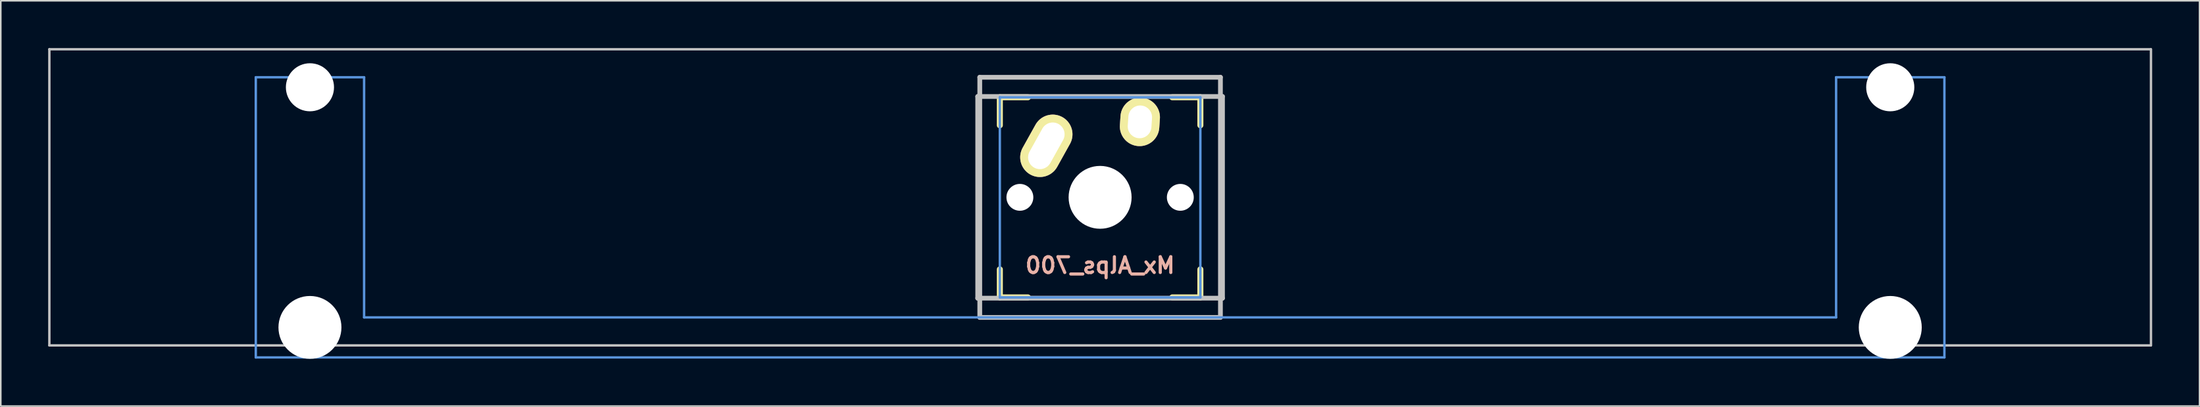
<source format=kicad_pcb>
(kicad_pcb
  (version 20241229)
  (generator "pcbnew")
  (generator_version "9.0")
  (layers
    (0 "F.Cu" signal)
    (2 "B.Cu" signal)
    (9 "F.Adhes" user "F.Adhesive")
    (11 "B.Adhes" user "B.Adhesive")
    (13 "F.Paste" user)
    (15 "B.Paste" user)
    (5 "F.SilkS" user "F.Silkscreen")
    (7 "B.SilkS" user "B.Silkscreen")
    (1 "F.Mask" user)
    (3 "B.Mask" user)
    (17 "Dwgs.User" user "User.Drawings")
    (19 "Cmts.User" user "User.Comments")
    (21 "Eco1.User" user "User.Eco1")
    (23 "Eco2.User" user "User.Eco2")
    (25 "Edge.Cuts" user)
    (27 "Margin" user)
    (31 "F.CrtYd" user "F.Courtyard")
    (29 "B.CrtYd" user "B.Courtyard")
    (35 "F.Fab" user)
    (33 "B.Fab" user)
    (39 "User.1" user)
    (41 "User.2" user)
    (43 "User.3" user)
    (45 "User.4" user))
  (footprint "Mx_Alps_700"
    (layer "F.Cu")
    (at 66.616 9.474)
    (property "Reference" "Mx_Alps_700" (at 0 4.318 0) (layer "B.SilkS") (effects (font (size 1 1) (thickness 0.2)) (justify mirror)))
    (attr through_hole)
    (fp_line (start -6.35 -6.35) (end -4.572 -6.35) (stroke (width 0.381) (type solid)) (layer "F.SilkS"))
    (fp_line (start -6.35 -4.572) (end -6.35 -6.35) (stroke (width 0.381) (type solid)) (layer "F.SilkS"))
    (fp_line (start -6.35 6.35) (end -6.35 4.572) (stroke (width 0.381) (type solid)) (layer "F.SilkS"))
    (fp_line (start -4.572 6.35) (end -6.35 6.35) (stroke (width 0.381) (type solid)) (layer "F.SilkS"))
    (fp_line (start 4.572 -6.35) (end 6.35 -6.35) (stroke (width 0.381) (type solid)) (layer "F.SilkS"))
    (fp_line (start 6.35 -6.35) (end 6.35 -4.572) (stroke (width 0.381) (type solid)) (layer "F.SilkS"))
    (fp_line (start 6.35 4.572) (end 6.35 6.35) (stroke (width 0.381) (type solid)) (layer "F.SilkS"))
    (fp_line (start 6.35 6.35) (end 4.572 6.35) (stroke (width 0.381) (type solid)) (layer "F.SilkS"))
    (fp_line (start -66.54 9.398) (end -66.54 -9.398) (stroke (width 0.152) (type solid)) (layer "Dwgs.User"))
    (fp_line (start -7.75 6.4) (end -7.75 -6.4) (stroke (width 0.3) (type solid)) (layer "Dwgs.User"))
    (fp_line (start -7.75 6.4) (end 7.75 6.4) (stroke (width 0.3) (type solid)) (layer "Dwgs.User"))
    (fp_line (start -7.62 -7.62) (end 7.62 -7.62) (stroke (width 0.3) (type solid)) (layer "Dwgs.User"))
    (fp_line (start -7.62 7.62) (end -7.62 -7.62) (stroke (width 0.3) (type solid)) (layer "Dwgs.User"))
    (fp_line (start 7.62 -7.62) (end 7.62 7.62) (stroke (width 0.3) (type solid)) (layer "Dwgs.User"))
    (fp_line (start 7.62 7.62) (end -7.62 7.62) (stroke (width 0.3) (type solid)) (layer "Dwgs.User"))
    (fp_line (start 7.75 -6.4) (end -7.75 -6.4) (stroke (width 0.3) (type solid)) (layer "Dwgs.User"))
    (fp_line (start 7.75 6.4) (end 7.75 -6.4) (stroke (width 0.3) (type solid)) (layer "Dwgs.User"))
    (fp_line (start 66.54 -9.398) (end -66.54 -9.398) (stroke (width 0.152) (type solid)) (layer "Dwgs.User"))
    (fp_line (start 66.54 9.398) (end -66.54 9.398) (stroke (width 0.152) (type solid)) (layer "Dwgs.User"))
    (fp_line (start 66.548 -9.398) (end 66.548 9.398) (stroke (width 0.152) (type solid)) (layer "Dwgs.User"))
    (fp_line (start -53.467 -7.62) (end -53.467 10.16) (stroke (width 0.152) (type solid)) (layer "Cmts.User"))
    (fp_line (start -53.467 10.16) (end 53.467 10.16) (stroke (width 0.152) (type solid)) (layer "Cmts.User"))
    (fp_line (start -46.609 -7.62) (end -53.467 -7.62) (stroke (width 0.152) (type solid)) (layer "Cmts.User"))
    (fp_line (start -46.609 7.62) (end -46.609 -7.62) (stroke (width 0.152) (type solid)) (layer "Cmts.User"))
    (fp_line (start -6.35 -6.35) (end 6.35 -6.35) (stroke (width 0.152) (type solid)) (layer "Cmts.User"))
    (fp_line (start -6.35 6.35) (end -6.35 -6.35) (stroke (width 0.152) (type solid)) (layer "Cmts.User"))
    (fp_line (start 6.35 -6.35) (end 6.35 6.35) (stroke (width 0.152) (type solid)) (layer "Cmts.User"))
    (fp_line (start 6.35 6.35) (end -6.35 6.35) (stroke (width 0.152) (type solid)) (layer "Cmts.User"))
    (fp_line (start 46.609 -7.62) (end 46.609 7.62) (stroke (width 0.152) (type solid)) (layer "Cmts.User"))
    (fp_line (start 46.609 7.62) (end -46.609 7.62) (stroke (width 0.152) (type solid)) (layer "Cmts.User"))
    (fp_line (start 53.467 -7.62) (end 46.609 -7.62) (stroke (width 0.152) (type solid)) (layer "Cmts.User"))
    (fp_line (start 53.467 10.16) (end 53.467 -7.62) (stroke (width 0.152) (type solid)) (layer "Cmts.User"))
    (fp_line (start -54.229 -2.286) (end -53.365 -2.286) (stroke (width 0.152) (type solid)) (layer "Eco2.User"))
    (fp_line (start -54.229 0.508) (end -54.229 -2.286) (stroke (width 0.152) (type solid)) (layer "Eco2.User"))
    (fp_line (start -53.365 -5.69) (end -46.711 -5.69) (stroke (width 0.152) (type solid)) (layer "Eco2.User"))
    (fp_line (start -53.365 -2.286) (end -53.365 -5.69) (stroke (width 0.152) (type solid)) (layer "Eco2.User"))
    (fp_line (start -53.365 0.508) (end -54.229 0.508) (stroke (width 0.152) (type solid)) (layer "Eco2.User"))
    (fp_line (start -53.365 6.604) (end -53.365 0.508) (stroke (width 0.152) (type solid)) (layer "Eco2.User"))
    (fp_line (start -52.324 6.604) (end -53.365 6.604) (stroke (width 0.152) (type solid)) (layer "Eco2.User"))
    (fp_line (start -52.324 7.772) (end -52.324 6.604) (stroke (width 0.152) (type solid)) (layer "Eco2.User"))
    (fp_line (start -47.752 6.604) (end -47.752 7.772) (stroke (width 0.152) (type solid)) (layer "Eco2.User"))
    (fp_line (start -47.752 7.772) (end -52.324 7.772) (stroke (width 0.152) (type solid)) (layer "Eco2.User"))
    (fp_line (start -46.711 -5.69) (end -46.711 -2.286) (stroke (width 0.152) (type solid)) (layer "Eco2.User"))
    (fp_line (start -46.711 -2.286) (end -6.985 -2.286) (stroke (width 0.152) (type solid)) (layer "Eco2.User"))
    (fp_line (start -46.711 2.286) (end -46.711 6.604) (stroke (width 0.152) (type solid)) (layer "Eco2.User"))
    (fp_line (start -46.711 6.604) (end -47.752 6.604) (stroke (width 0.152) (type solid)) (layer "Eco2.User"))
    (fp_line (start -6.985 -6.985) (end 6.985 -6.985) (stroke (width 0.152) (type solid)) (layer "Eco2.User"))
    (fp_line (start -6.985 -2.286) (end -6.985 -6.985) (stroke (width 0.152) (type solid)) (layer "Eco2.User"))
    (fp_line (start -6.985 2.286) (end -46.711 2.286) (stroke (width 0.152) (type solid)) (layer "Eco2.User"))
    (fp_line (start -6.985 6.985) (end -6.985 2.286) (stroke (width 0.152) (type solid)) (layer "Eco2.User"))
    (fp_line (start 6.985 -6.985) (end 6.985 -2.286) (stroke (width 0.152) (type solid)) (layer "Eco2.User"))
    (fp_line (start 6.985 -2.286) (end 46.711 -2.286) (stroke (width 0.152) (type solid)) (layer "Eco2.User"))
    (fp_line (start 6.985 2.286) (end 6.985 6.985) (stroke (width 0.152) (type solid)) (layer "Eco2.User"))
    (fp_line (start 6.985 6.985) (end -6.985 6.985) (stroke (width 0.152) (type solid)) (layer "Eco2.User"))
    (fp_line (start 46.711 -5.69) (end 53.365 -5.69) (stroke (width 0.152) (type solid)) (layer "Eco2.User"))
    (fp_line (start 46.711 -2.286) (end 46.711 -5.69) (stroke (width 0.152) (type solid)) (layer "Eco2.User"))
    (fp_line (start 46.711 2.286) (end 6.985 2.286) (stroke (width 0.152) (type solid)) (layer "Eco2.User"))
    (fp_line (start 46.711 6.604) (end 46.711 2.286) (stroke (width 0.152) (type solid)) (layer "Eco2.User"))
    (fp_line (start 47.752 6.604) (end 46.711 6.604) (stroke (width 0.152) (type solid)) (layer "Eco2.User"))
    (fp_line (start 47.752 7.772) (end 47.752 6.604) (stroke (width 0.152) (type solid)) (layer "Eco2.User"))
    (fp_line (start 52.324 6.604) (end 52.324 7.772) (stroke (width 0.152) (type solid)) (layer "Eco2.User"))
    (fp_line (start 52.324 7.772) (end 47.752 7.772) (stroke (width 0.152) (type solid)) (layer "Eco2.User"))
    (fp_line (start 53.365 -5.69) (end 53.365 -2.286) (stroke (width 0.152) (type solid)) (layer "Eco2.User"))
    (fp_line (start 53.365 -2.286) (end 54.229 -2.286) (stroke (width 0.152) (type solid)) (layer "Eco2.User"))
    (fp_line (start 53.365 0.508) (end 53.365 6.604) (stroke (width 0.152) (type solid)) (layer "Eco2.User"))
    (fp_line (start 53.365 6.604) (end 52.324 6.604) (stroke (width 0.152) (type solid)) (layer "Eco2.User"))
    (fp_line (start 54.229 -2.286) (end 54.229 0.508) (stroke (width 0.152) (type solid)) (layer "Eco2.User"))
    (fp_line (start 54.229 0.508) (end 53.365 0.508) (stroke (width 0.152) (type solid)) (layer "Eco2.User"))
    (pad "" np_thru_hole circle (at -50.038 -6.985) (size 3.048 3.048) (drill 3.048) (layers "*.Cu"))
    (pad "" np_thru_hole circle (at -50.038 8.255) (size 3.988 3.988) (drill 3.988) (layers "*.Cu"))
    (pad "" np_thru_hole circle (at -5.08 0) (size 1.702 1.702) (drill 1.702) (layers "*.Cu"))
    (pad "" np_thru_hole circle (at 0 0) (size 3.988 3.988) (drill 3.988) (layers "*.Cu"))
    (pad "" np_thru_hole circle (at 5.08 0) (size 1.702 1.702) (drill 1.702) (layers "*.Cu"))
    (pad "" np_thru_hole circle (at 50.038 -6.985) (size 3.048 3.048) (drill 3.048) (layers "*.Cu"))
    (pad "" np_thru_hole circle (at 50.038 8.255) (size 3.988 3.988) (drill 3.988) (layers "*.Cu"))
    (pad "1" thru_hole oval (at -3.405 -3.27 330.95) (size 2.5 4.17) (drill oval 1.5 3.17) (layers "*.Cu" "*.Mask" "F.SilkS"))
    (pad "2" thru_hole oval (at 2.52 -4.79 356.1) (size 2.5 3.08) (drill oval 1.5 2.08) (layers "*.Cu" "*.Mask" "F.SilkS")))
  (gr_rect
    (start -3 -3)
    (end 136.24 22.723)
    (stroke (width 0.1) (type default))
    (fill no)
    (layer "Edge.Cuts")))
</source>
